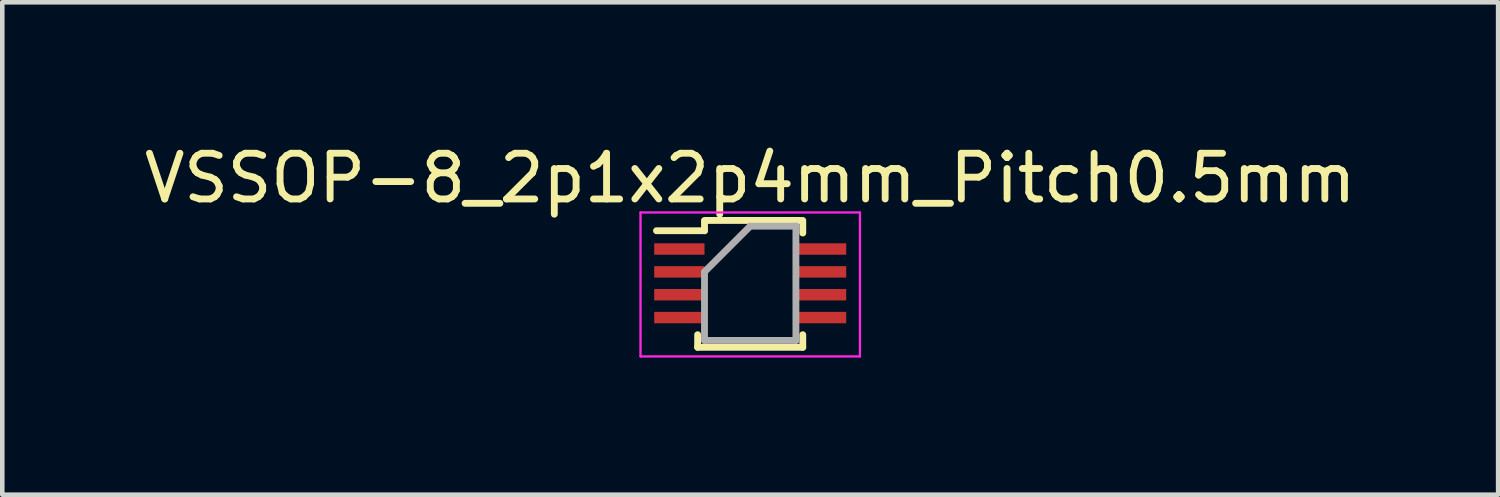
<source format=kicad_pcb>
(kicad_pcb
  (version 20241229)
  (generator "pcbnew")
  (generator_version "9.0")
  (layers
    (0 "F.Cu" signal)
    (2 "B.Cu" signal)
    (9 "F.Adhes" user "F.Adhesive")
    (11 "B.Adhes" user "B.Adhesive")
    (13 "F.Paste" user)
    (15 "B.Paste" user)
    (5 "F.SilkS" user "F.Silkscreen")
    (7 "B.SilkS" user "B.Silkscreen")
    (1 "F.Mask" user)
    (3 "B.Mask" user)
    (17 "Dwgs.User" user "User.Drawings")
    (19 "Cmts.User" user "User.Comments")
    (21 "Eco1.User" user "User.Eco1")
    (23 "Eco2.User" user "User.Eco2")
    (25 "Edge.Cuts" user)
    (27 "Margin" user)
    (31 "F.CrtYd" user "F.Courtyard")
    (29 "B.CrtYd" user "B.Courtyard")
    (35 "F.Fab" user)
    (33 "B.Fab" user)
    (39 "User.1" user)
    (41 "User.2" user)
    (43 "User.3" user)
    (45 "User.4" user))
  (footprint "VSSOP-8_2p1x2p4mm_Pitch0.5mm"
    (layer "F.Cu")
    (at 13.363 3.398)
    (property "Reference" "VSSOP-8_2p1x2p4mm_Pitch0.5mm" (at 0 -2.55 0) (layer "F.SilkS") (effects (font (size 1 1) (thickness 0.15))))
    (attr smd)
    (fp_line (start -1.15 1.15) (end -1.15 0.875) (stroke (width 0.15) (type solid)) (layer "F.SilkS"))
    (fp_line (start -1.15 1.15) (end 1.15 1.15) (stroke (width 0.15) (type solid)) (layer "F.SilkS"))
    (fp_line (start -1 -1.625) (end 1.1 -1.625) (stroke (width 0.15) (type solid)) (layer "F.SilkS"))
    (fp_line (start -1 -1.6) (end -1 -1.4) (stroke (width 0.15) (type solid)) (layer "F.SilkS"))
    (fp_line (start -1 -1.4) (end -2.05 -1.4) (stroke (width 0.15) (type solid)) (layer "F.SilkS"))
    (fp_line (start 1.15 -1.625) (end 1.15 -1.35) (stroke (width 0.15) (type solid)) (layer "F.SilkS"))
    (fp_line (start 1.15 1.15) (end 1.15 0.875) (stroke (width 0.15) (type solid)) (layer "F.SilkS"))
    (fp_line (start -2.4 -1.8) (end -2.4 1.35) (stroke (width 0.05) (type solid)) (layer "F.CrtYd"))
    (fp_line (start -2.4 -1.8) (end 2.4 -1.8) (stroke (width 0.05) (type solid)) (layer "F.CrtYd"))
    (fp_line (start -2.4 1.35) (end 2.4 1.35) (stroke (width 0.05) (type solid)) (layer "F.CrtYd"))
    (fp_line (start 2.4 -1.8) (end 2.4 1.35) (stroke (width 0.05) (type solid)) (layer "F.CrtYd"))
    (fp_line (start -1 -0.5) (end 0 -1.5) (stroke (width 0.15) (type solid)) (layer "F.Fab"))
    (fp_line (start -1 1) (end -1 -0.5) (stroke (width 0.15) (type solid)) (layer "F.Fab"))
    (fp_line (start 0 -1.5) (end 1 -1.5) (stroke (width 0.15) (type solid)) (layer "F.Fab"))
    (fp_line (start 1 -1.5) (end 1 1) (stroke (width 0.15) (type solid)) (layer "F.Fab"))
    (fp_line (start 1 1) (end -1 1) (stroke (width 0.15) (type solid)) (layer "F.Fab"))
    (pad "1" smd rect (at -1.55 -1) (size 1.1 0.25) (layers "F.Cu" "F.Mask" "F.Paste"))
    (pad "2" smd rect (at -1.55 -0.5) (size 1.1 0.25) (layers "F.Cu" "F.Mask" "F.Paste"))
    (pad "3" smd rect (at -1.55 0) (size 1.1 0.25) (layers "F.Cu" "F.Mask" "F.Paste"))
    (pad "4" smd rect (at -1.55 0.5) (size 1.1 0.25) (layers "F.Cu" "F.Mask" "F.Paste"))
    (pad "5" smd rect (at 1.55 0.5) (size 1.1 0.25) (layers "F.Cu" "F.Mask" "F.Paste"))
    (pad "6" smd rect (at 1.55 0) (size 1.1 0.25) (layers "F.Cu" "F.Mask" "F.Paste"))
    (pad "7" smd rect (at 1.55 -0.5) (size 1.1 0.25) (layers "F.Cu" "F.Mask" "F.Paste"))
    (pad "8" smd rect (at 1.55 -1) (size 1.1 0.25) (layers "F.Cu" "F.Mask" "F.Paste")))
  (gr_rect
    (start -3 -3)
    (end 29.726 7.773)
    (stroke (width 0.1) (type default))
    (fill no)
    (layer "Edge.Cuts")))
</source>
